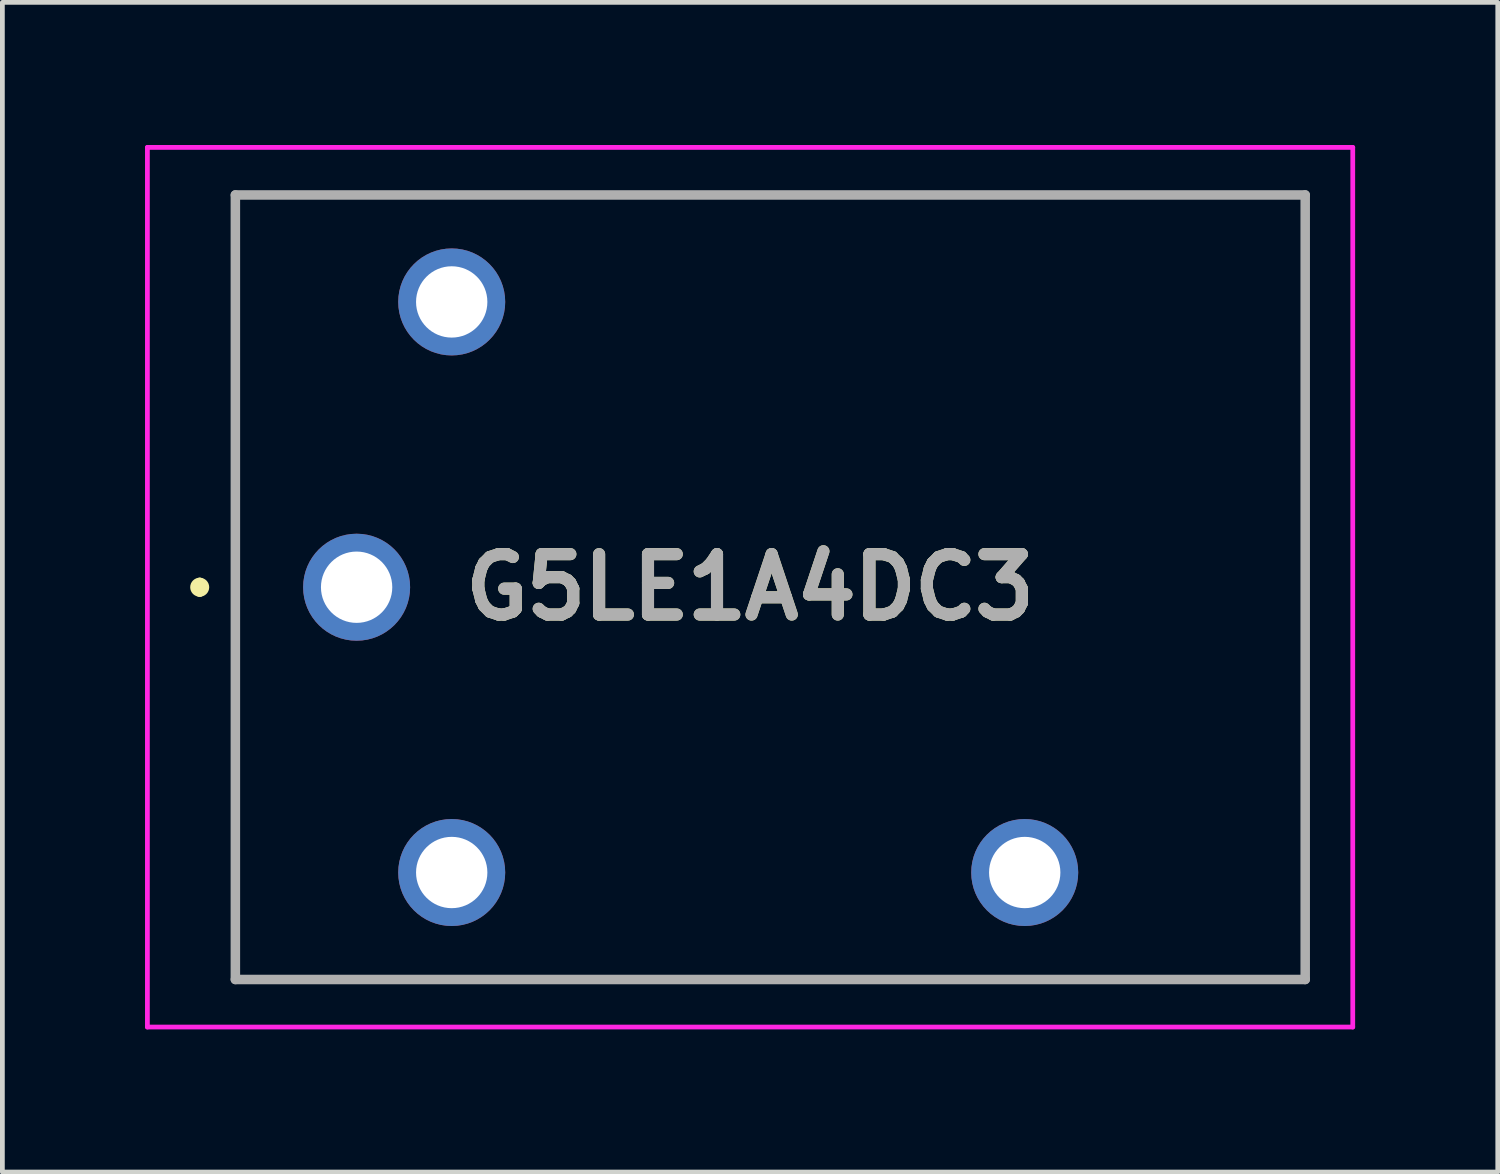
<source format=kicad_pcb>
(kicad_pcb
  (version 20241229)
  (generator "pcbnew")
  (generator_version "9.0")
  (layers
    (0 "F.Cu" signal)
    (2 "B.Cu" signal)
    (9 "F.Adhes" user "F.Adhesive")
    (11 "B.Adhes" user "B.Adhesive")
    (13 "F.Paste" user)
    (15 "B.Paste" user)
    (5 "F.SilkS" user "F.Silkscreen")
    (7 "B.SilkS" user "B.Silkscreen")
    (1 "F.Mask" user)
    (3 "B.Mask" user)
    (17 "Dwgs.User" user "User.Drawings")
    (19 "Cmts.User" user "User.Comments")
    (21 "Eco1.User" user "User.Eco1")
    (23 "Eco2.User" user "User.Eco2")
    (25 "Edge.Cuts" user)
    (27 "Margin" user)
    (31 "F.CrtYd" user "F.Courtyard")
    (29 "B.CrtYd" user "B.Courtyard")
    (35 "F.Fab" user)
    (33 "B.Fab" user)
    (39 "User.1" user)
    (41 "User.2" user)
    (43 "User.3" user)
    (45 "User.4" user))
  (footprint "G5LE1A4DC3"
    (layer "F.Cu")
    (at 12.725 9.3)
    (property "Reference" "G5LE1A4DC3" (at 0 0 0) (layer "F.SilkS") (effects (font (size 1.27 1.27) (thickness 0.254))))
    (attr through_hole)
    (fp_line (start -11.575 -0.1) (end -11.575 -0.1) (stroke (width 0.2) (type solid)) (layer "F.SilkS"))
    (fp_line (start -11.575 0.1) (end -11.575 0.1) (stroke (width 0.2) (type solid)) (layer "F.SilkS"))
    (fp_line (start -10.825 -8.25) (end 11.675 -8.25) (stroke (width 0.1) (type solid)) (layer "F.SilkS"))
    (fp_line (start -10.825 8.25) (end -10.825 -8.25) (stroke (width 0.1) (type solid)) (layer "F.SilkS"))
    (fp_line (start 11.675 -8.25) (end 11.675 8.25) (stroke (width 0.1) (type solid)) (layer "F.SilkS"))
    (fp_line (start 11.675 8.25) (end -10.825 8.25) (stroke (width 0.1) (type solid)) (layer "F.SilkS"))
    (fp_arc (start -11.575 -0.1) (mid -11.475 0) (end -11.575 0.1) (stroke (width 0.2) (type solid)) (layer "F.SilkS"))
    (fp_arc (start -11.575 0.1) (mid -11.675 0) (end -11.575 -0.1) (stroke (width 0.2) (type solid)) (layer "F.SilkS"))
    (fp_line (start -12.675 -9.25) (end 12.675 -9.25) (stroke (width 0.1) (type solid)) (layer "F.CrtYd"))
    (fp_line (start -12.675 9.25) (end -12.675 -9.25) (stroke (width 0.1) (type solid)) (layer "F.CrtYd"))
    (fp_line (start 12.675 -9.25) (end 12.675 9.25) (stroke (width 0.1) (type solid)) (layer "F.CrtYd"))
    (fp_line (start 12.675 9.25) (end -12.675 9.25) (stroke (width 0.1) (type solid)) (layer "F.CrtYd"))
    (fp_line (start -10.825 -8.25) (end 11.675 -8.25) (stroke (width 0.2) (type solid)) (layer "F.Fab"))
    (fp_line (start -10.825 8.25) (end -10.825 -8.25) (stroke (width 0.2) (type solid)) (layer "F.Fab"))
    (fp_line (start 11.675 -8.25) (end 11.675 8.25) (stroke (width 0.2) (type solid)) (layer "F.Fab"))
    (fp_line (start 11.675 8.25) (end -10.825 8.25) (stroke (width 0.2) (type solid)) (layer "F.Fab"))
    (fp_text user "${REFERENCE}" (at 0 0 0) (layer "F.Fab") (effects (font (size 1.27 1.27) (thickness 0.254))))
    (pad "1" thru_hole circle (at -8.275 0) (size 2.25 2.25) (drill 1.5) (layers "*.Cu" "*.Mask"))
    (pad "2" thru_hole circle (at -6.275 6) (size 2.25 2.25) (drill 1.5) (layers "*.Cu" "*.Mask"))
    (pad "3" thru_hole circle (at 5.776 6) (size 2.25 2.25) (drill 1.5) (layers "*.Cu" "*.Mask"))
    (pad "5" thru_hole circle (at -6.275 -6) (size 2.25 2.25) (drill 1.5) (layers "*.Cu" "*.Mask")))
  (gr_rect
    (start -3 -3)
    (end 28.45 21.6)
    (stroke (width 0.1) (type default))
    (fill no)
    (layer "Edge.Cuts")))
</source>
